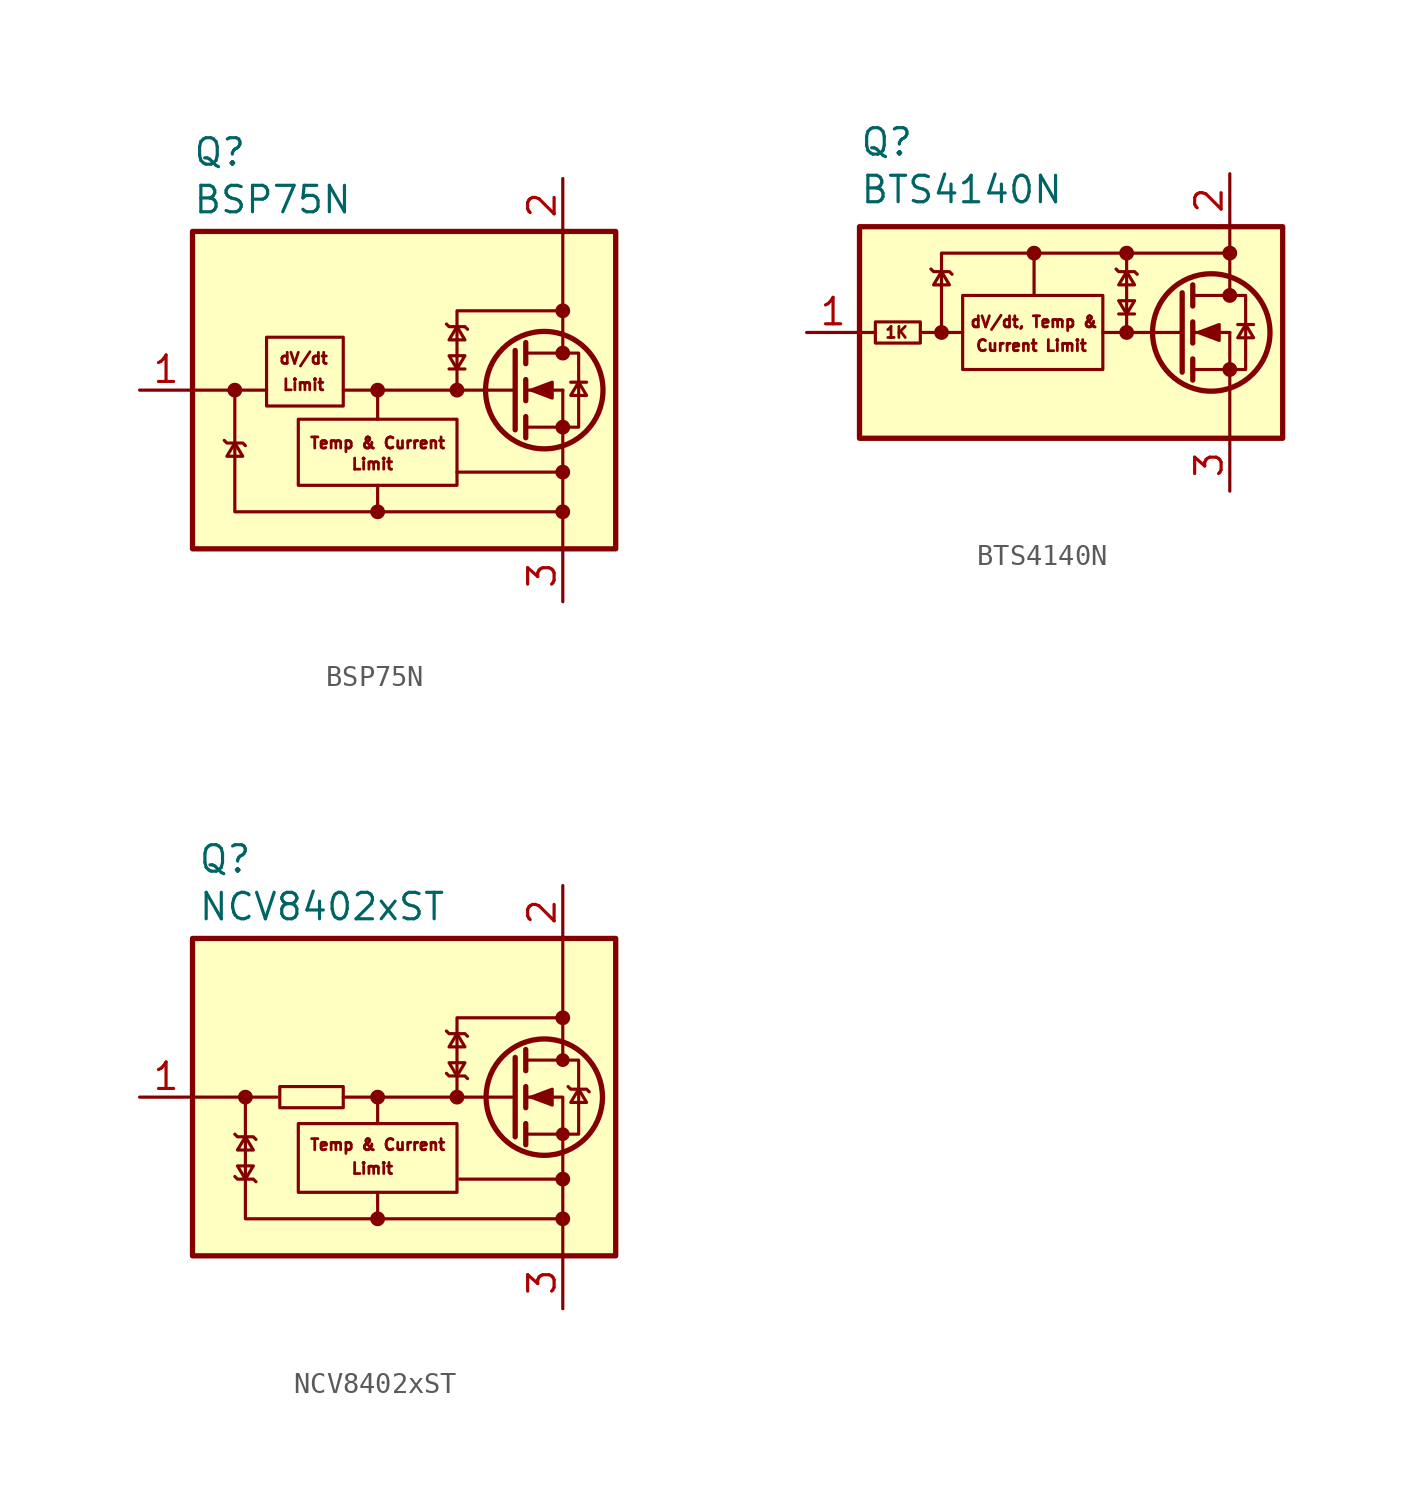
<source format=kicad_sym>
(kicad_symbol_lib
  (version 20241209)
  (generator "kicad_symbol_editor")
  (generator_version "9.0")
  (symbol "BSP75N"
    (pin_names
      (offset 0)
      (hide yes))
    (property "Reference" "Q"
      (at -10.16 11.43 0)
      (effects (font (size 1.27 1.27)) (justify left)))
    (property "Value" "BSP75N"
      (at -10.16 9.144 0)
      (effects (font (size 1.27 1.27)) (justify left)))
    (symbol "BSP75N_0_0"
      (polyline (pts (xy -1.27 -1.397) (xy -1.27 -0.635) (xy -1.27 0)) (stroke (width 0) (type default)) (fill (type none)))
      (polyline (pts (xy -1.27 -5.842) (xy -8.128 -5.842) (xy -8.128 0) (xy -6.604 0)) (stroke (width 0) (type default)) (fill (type none)))
      (polyline (pts (xy 2.54 0) (xy 2.54 3.81) (xy 7.62 3.81)) (stroke (width 0) (type default)) (fill (type none)))
      (polyline (pts (xy 7.62 2.667) (xy 7.62 7.62)) (stroke (width 0) (type default)) (fill (type none)))
      (polyline (pts (xy 7.62 -2.667) (xy 7.62 -7.62)) (stroke (width 0) (type default)) (fill (type none)))
      (polyline (pts (xy 7.62 -5.842) (xy -1.27 -5.842) (xy -1.27 -4.572)) (stroke (width 0) (type default)) (fill (type none)))
      (text "Limit" (at -1.524 -3.556 0) (effects (font (size 0.533 0.533))))
      (text "Temp & Current" (at -1.27 -2.54 0) (effects (font (size 0.533 0.533)))))
    (symbol "BSP75N_0_1"
      (polyline (pts (xy -8.128 0) (xy -10.16 0)) (stroke (width 0) (type default)) (fill (type none)))
      (rectangle (start -5.08 -1.397) (end 2.54 -4.572) (stroke (width 0) (type default)) (fill (type none)))
      (polyline (pts (xy 7.62 -3.937) (xy 2.54 -3.937)) (stroke (width 0) (type default)) (fill (type none))))
    (symbol "BSP75N_1_0"
      (rectangle (start -10.16 7.62) (end 10.16 -7.62) (stroke (width 0.254) (type default)) (fill (type background))))
    (symbol "BSP75N_1_1"
      (polyline (pts (xy -8.636 -2.413) (xy -8.509 -2.54) (xy -7.747 -2.54) (xy -7.62 -2.667)) (stroke (width 0) (type default)) (fill (type none)))
      (circle (center -8.128 0) (radius 0.279) (stroke (width 0) (type default)) (fill (type outline)))
      (polyline (pts (xy -8.128 -2.54) (xy -8.509 -3.175) (xy -7.747 -3.175) (xy -8.128 -2.54)) (stroke (width 0) (type default)) (fill (type none)))
      (rectangle (start -6.604 2.54) (end -2.921 -0.762) (stroke (width 0) (type default)) (fill (type none)))
      (circle (center -1.27 0) (radius 0.279) (stroke (width 0) (type default)) (fill (type outline)))
      (circle (center -1.27 -5.842) (radius 0.279) (stroke (width 0) (type default)) (fill (type outline)))
      (polyline (pts (xy 2.032 3.175) (xy 2.159 3.048) (xy 2.921 3.048) (xy 3.048 2.921)) (stroke (width 0) (type default)) (fill (type none)))
      (polyline (pts (xy 2.54 3.048) (xy 2.159 2.413) (xy 2.921 2.413) (xy 2.54 3.048)) (stroke (width 0) (type default)) (fill (type none)))
      (polyline (pts (xy 2.54 1.016) (xy 2.921 1.651) (xy 2.159 1.651) (xy 2.54 1.016)) (stroke (width 0) (type default)) (fill (type none)))
      (polyline (pts (xy 2.54 0) (xy -2.921 0)) (stroke (width 0) (type default)) (fill (type none)))
      (polyline (pts (xy 2.54 0) (xy 5.334 0)) (stroke (width 0) (type default)) (fill (type none)))
      (circle (center 2.54 0) (radius 0.279) (stroke (width 0) (type default)) (fill (type outline)))
      (polyline (pts (xy 2.921 1.016) (xy 2.159 1.016)) (stroke (width 0) (type default)) (fill (type none)))
      (polyline (pts (xy 5.334 1.905) (xy 5.334 -1.905)) (stroke (width 0.254) (type default)) (fill (type none)))
      (polyline (pts (xy 5.842 2.286) (xy 5.842 1.27)) (stroke (width 0.254) (type default)) (fill (type none)))
      (polyline (pts (xy 5.842 1.778) (xy 7.62 1.778)) (stroke (width 0) (type default)) (fill (type none)))
      (polyline (pts (xy 5.842 0.508) (xy 5.842 -0.508)) (stroke (width 0.254) (type default)) (fill (type none)))
      (polyline (pts (xy 5.842 0) (xy 7.62 0)) (stroke (width 0) (type default)) (fill (type none)))
      (polyline (pts (xy 5.842 -1.27) (xy 5.842 -2.286)) (stroke (width 0.254) (type default)) (fill (type none)))
      (polyline (pts (xy 5.842 -1.778) (xy 7.62 -1.778)) (stroke (width 0) (type default)) (fill (type none)))
      (polyline (pts (xy 6.096 0) (xy 7.112 0.381) (xy 7.112 -0.381) (xy 6.096 0)) (stroke (width 0) (type default)) (fill (type outline)))
      (circle (center 6.731 0) (radius 2.819) (stroke (width 0.254) (type default)) (fill (type none)))
      (circle (center 7.62 3.81) (radius 0.279) (stroke (width 0) (type default)) (fill (type outline)))
      (polyline (pts (xy 7.62 2.54) (xy 7.62 1.778)) (stroke (width 0) (type default)) (fill (type none)))
      (circle (center 7.62 1.778) (radius 0.279) (stroke (width 0) (type default)) (fill (type outline)))
      (polyline (pts (xy 7.62 -1.778) (xy 7.62 0)) (stroke (width 0) (type default)) (fill (type none)))
      (polyline (pts (xy 7.62 -1.778) (xy 7.62 -2.54)) (stroke (width 0) (type default)) (fill (type none)))
      (polyline (pts (xy 7.62 -1.778) (xy 8.382 -1.778) (xy 8.382 1.778) (xy 7.62 1.778)) (stroke (width 0) (type default)) (fill (type none)))
      (circle (center 7.62 -1.778) (radius 0.279) (stroke (width 0) (type default)) (fill (type outline)))
      (circle (center 7.62 -3.937) (radius 0.279) (stroke (width 0) (type default)) (fill (type outline)))
      (circle (center 7.62 -5.842) (radius 0.279) (stroke (width 0) (type default)) (fill (type outline)))
      (polyline (pts (xy 8.001 0.381) (xy 8.763 0.381)) (stroke (width 0) (type default)) (fill (type none)))
      (polyline (pts (xy 8.382 0.381) (xy 8.001 -0.254) (xy 8.763 -0.254) (xy 8.382 0.381)) (stroke (width 0) (type default)) (fill (type none)))
      (text "dV/dt" (at -4.826 1.524 0) (effects (font (size 0.533 0.533))))
      (text "Limit" (at -4.826 0.254 0) (effects (font (size 0.533 0.533))))
      (pin input line (at -12.7 0 0) (length 2.54) (name "IN" (effects (font (size 1.27 1.27)))) (number "1" (effects (font (size 1.27 1.27)))))
      (pin passive line (at 7.62 10.16 270) (length 2.54) (name "DRAIN" (effects (font (size 1.27 1.27)))) (number "2" (effects (font (size 1.27 1.27)))))
      (pin passive line (at 7.62 -10.16 90) (length 2.54) (name "SOURCE" (effects (font (size 1.27 1.27)))) (number "3" (effects (font (size 1.27 1.27)))))
      (pin passive line (at 7.62 -10.16 90) (length 2.54) (hide yes) (name "SOURCE" (effects (font (size 1.27 1.27)))) (number "4" (effects (font (size 1.27 1.27)))))))
  (symbol "BTS4140N"
    (pin_names
      (offset 0)
      (hide yes))
    (property "Reference" "Q"
      (at -10.16 9.144 0)
      (effects (font (size 1.27 1.27)) (justify left)))
    (property "Value" "BTS4140N"
      (at -10.16 6.858 0)
      (effects (font (size 1.27 1.27)) (justify left)))
    (symbol "BTS4140N_0_0"
      (polyline (pts (xy 2.667 0) (xy 2.667 3.81) (xy 7.62 3.81)) (stroke (width 0) (type default)) (fill (type none)))
      (polyline (pts (xy 7.62 2.667) (xy 7.62 5.08)) (stroke (width 0) (type default)) (fill (type none)))
      (polyline (pts (xy 7.62 -2.667) (xy 7.62 -5.08)) (stroke (width 0) (type default)) (fill (type none))))
    (symbol "BTS4140N_0_1"
      (rectangle (start -9.398 0.508) (end -7.239 -0.508) (stroke (width 0) (type default)) (fill (type none)))
      (polyline (pts (xy -9.398 0) (xy -10.16 0)) (stroke (width 0) (type default)) (fill (type none)))
      (polyline (pts (xy -7.239 0) (xy -5.207 0)) (stroke (width 0) (type default)) (fill (type none)))
      (polyline (pts (xy -6.223 0) (xy -6.223 3.81) (xy 2.667 3.81)) (stroke (width 0) (type default)) (fill (type none)))
      (polyline (pts (xy -1.778 3.81) (xy -1.778 1.778)) (stroke (width 0) (type default)) (fill (type none))))
    (symbol "BTS4140N_1_0"
      (rectangle (start -10.16 5.08) (end 10.16 -5.08) (stroke (width 0.254) (type default)) (fill (type background))))
    (symbol "BTS4140N_1_1"
      (polyline (pts (xy -6.731 3.048) (xy -6.604 2.921) (xy -5.842 2.921) (xy -5.715 2.794)) (stroke (width 0) (type default)) (fill (type none)))
      (polyline (pts (xy -6.223 2.921) (xy -6.604 2.286) (xy -5.842 2.286) (xy -6.223 2.921)) (stroke (width 0) (type default)) (fill (type none)))
      (circle (center -6.223 0) (radius 0.279) (stroke (width 0) (type default)) (fill (type outline)))
      (rectangle (start -5.207 1.778) (end 1.524 -1.778) (stroke (width 0) (type default)) (fill (type none)))
      (circle (center -1.778 3.81) (radius 0.279) (stroke (width 0) (type default)) (fill (type outline)))
      (polyline (pts (xy 2.159 3.048) (xy 2.286 2.921) (xy 3.048 2.921) (xy 3.175 2.794)) (stroke (width 0) (type default)) (fill (type none)))
      (circle (center 2.667 3.81) (radius 0.279) (stroke (width 0) (type default)) (fill (type outline)))
      (polyline (pts (xy 2.667 2.921) (xy 2.286 2.286) (xy 3.048 2.286) (xy 2.667 2.921)) (stroke (width 0) (type default)) (fill (type none)))
      (polyline (pts (xy 2.667 0.889) (xy 3.048 1.524) (xy 2.286 1.524) (xy 2.667 0.889)) (stroke (width 0) (type default)) (fill (type none)))
      (polyline (pts (xy 2.667 0) (xy 1.524 0)) (stroke (width 0) (type default)) (fill (type none)))
      (polyline (pts (xy 2.667 0) (xy 5.334 0)) (stroke (width 0) (type default)) (fill (type none)))
      (circle (center 2.667 0) (radius 0.279) (stroke (width 0) (type default)) (fill (type outline)))
      (polyline (pts (xy 3.048 0.889) (xy 2.286 0.889)) (stroke (width 0) (type default)) (fill (type none)))
      (polyline (pts (xy 5.334 1.905) (xy 5.334 -1.905)) (stroke (width 0.254) (type default)) (fill (type none)))
      (polyline (pts (xy 5.842 2.286) (xy 5.842 1.27)) (stroke (width 0.254) (type default)) (fill (type none)))
      (polyline (pts (xy 5.842 1.778) (xy 7.62 1.778)) (stroke (width 0) (type default)) (fill (type none)))
      (polyline (pts (xy 5.842 0.508) (xy 5.842 -0.508)) (stroke (width 0.254) (type default)) (fill (type none)))
      (polyline (pts (xy 5.842 0) (xy 7.62 0)) (stroke (width 0) (type default)) (fill (type none)))
      (polyline (pts (xy 5.842 -1.27) (xy 5.842 -2.286)) (stroke (width 0.254) (type default)) (fill (type none)))
      (polyline (pts (xy 5.842 -1.778) (xy 7.62 -1.778)) (stroke (width 0) (type default)) (fill (type none)))
      (polyline (pts (xy 6.096 0) (xy 7.112 0.381) (xy 7.112 -0.381) (xy 6.096 0)) (stroke (width 0) (type default)) (fill (type outline)))
      (circle (center 6.731 0) (radius 2.819) (stroke (width 0.254) (type default)) (fill (type none)))
      (circle (center 7.62 3.81) (radius 0.279) (stroke (width 0) (type default)) (fill (type outline)))
      (polyline (pts (xy 7.62 2.667) (xy 7.62 1.778)) (stroke (width 0) (type default)) (fill (type none)))
      (circle (center 7.62 1.778) (radius 0.279) (stroke (width 0) (type default)) (fill (type outline)))
      (polyline (pts (xy 7.62 -1.778) (xy 7.62 0)) (stroke (width 0) (type default)) (fill (type none)))
      (polyline (pts (xy 7.62 -1.778) (xy 7.62 -2.667)) (stroke (width 0) (type default)) (fill (type none)))
      (polyline (pts (xy 7.62 -1.778) (xy 8.382 -1.778) (xy 8.382 1.778) (xy 7.62 1.778)) (stroke (width 0) (type default)) (fill (type none)))
      (circle (center 7.62 -1.778) (radius 0.279) (stroke (width 0) (type default)) (fill (type outline)))
      (polyline (pts (xy 8.382 0.381) (xy 8.001 -0.254) (xy 8.763 -0.254) (xy 8.382 0.381)) (stroke (width 0) (type default)) (fill (type none)))
      (polyline (pts (xy 8.763 0.381) (xy 8.001 0.381)) (stroke (width 0) (type default)) (fill (type none)))
      (text "1K" (at -8.382 0 0) (effects (font (size 0.533 0.533))))
      (text "Current Limit" (at -1.905 -0.635 0) (effects (font (size 0.533 0.533))))
      (text "dV/dt, Temp &" (at -1.778 0.508 0) (effects (font (size 0.533 0.533))))
      (pin input line (at -12.7 0 0) (length 2.54) (name "IN" (effects (font (size 1.27 1.27)))) (number "1" (effects (font (size 1.27 1.27)))))
      (pin passive line (at 7.62 7.62 270) (length 2.54) (name "V_{bb}" (effects (font (size 1.27 1.27)))) (number "2" (effects (font (size 1.27 1.27)))))
      (pin passive line (at 7.62 7.62 270) (length 2.54) (hide yes) (name "V_{bb}" (effects (font (size 1.27 1.27)))) (number "4" (effects (font (size 1.27 1.27)))))
      (pin passive line (at 7.62 -7.62 90) (length 2.54) (name "OUT" (effects (font (size 1.27 1.27)))) (number "3" (effects (font (size 1.27 1.27)))))))
  (symbol "NCV8402xST"
    (pin_names
      (offset 0)
      (hide yes))
    (property "Reference" "Q"
      (at -9.906 11.43 0)
      (effects (font (size 1.27 1.27)) (justify left)))
    (property "Value" "NCV8402xST"
      (at -9.906 9.144 0)
      (effects (font (size 1.27 1.27)) (justify left)))
    (symbol "NCV8402xST_0_0"
      (rectangle (start -10.16 7.62) (end 10.16 -7.62) (stroke (width 0.254) (type default)) (fill (type background)))
      (rectangle (start -5.969 0.508) (end -2.921 -0.508) (stroke (width 0) (type default)) (fill (type none)))
      (polyline (pts (xy -1.397 -5.842) (xy -7.62 -5.842) (xy -7.62 0) (xy -6.096 0)) (stroke (width 0) (type default)) (fill (type none)))
      (polyline (pts (xy -1.27 -1.27) (xy -1.27 -0.635) (xy -1.27 0)) (stroke (width 0) (type default)) (fill (type none)))
      (polyline (pts (xy 2.54 0) (xy -2.921 0) (xy -0.889 0)) (stroke (width 0) (type default)) (fill (type none)))
      (polyline (pts (xy 2.54 0) (xy 2.54 3.81) (xy 7.62 3.81)) (stroke (width 0) (type default)) (fill (type none)))
      (polyline (pts (xy 7.62 2.667) (xy 7.62 7.62)) (stroke (width 0) (type default)) (fill (type none)))
      (polyline (pts (xy 7.62 -2.667) (xy 7.62 -7.62)) (stroke (width 0) (type default)) (fill (type none)))
      (polyline (pts (xy 7.62 -5.842) (xy -1.27 -5.842) (xy -1.27 -4.572)) (stroke (width 0) (type default)) (fill (type none)))
      (text "Limit" (at -1.524 -3.429 0) (effects (font (size 0.533 0.533))))
      (text "Temp & Current" (at -1.27 -2.286 0) (effects (font (size 0.533 0.533)))))
    (symbol "NCV8402xST_0_1"
      (polyline (pts (xy -7.62 0) (xy -10.16 0)) (stroke (width 0) (type default)) (fill (type none)))
      (rectangle (start -5.08 -1.27) (end 2.54 -4.572) (stroke (width 0) (type default)) (fill (type none)))
      (polyline (pts (xy 5.334 1.905) (xy 5.334 -1.905)) (stroke (width 0.254) (type default)) (fill (type none)))
      (polyline (pts (xy 5.334 0) (xy 2.54 0)) (stroke (width 0) (type default)) (fill (type none)))
      (polyline (pts (xy 5.842 2.286) (xy 5.842 1.27)) (stroke (width 0.254) (type default)) (fill (type none)))
      (polyline (pts (xy 5.842 0.508) (xy 5.842 -0.508)) (stroke (width 0.254) (type default)) (fill (type none)))
      (polyline (pts (xy 5.842 -1.27) (xy 5.842 -2.286)) (stroke (width 0.254) (type default)) (fill (type none)))
      (polyline (pts (xy 5.842 -1.778) (xy 8.382 -1.778) (xy 8.382 1.778) (xy 5.842 1.778)) (stroke (width 0) (type default)) (fill (type none)))
      (polyline (pts (xy 6.096 0) (xy 7.112 0.381) (xy 7.112 -0.381) (xy 6.096 0)) (stroke (width 0) (type default)) (fill (type outline)))
      (circle (center 6.731 0) (radius 2.794) (stroke (width 0.254) (type default)) (fill (type none)))
      (polyline (pts (xy 7.62 2.54) (xy 7.62 1.778)) (stroke (width 0) (type default)) (fill (type none)))
      (circle (center 7.62 1.778) (radius 0.254) (stroke (width 0) (type default)) (fill (type outline)))
      (circle (center 7.62 -1.778) (radius 0.254) (stroke (width 0) (type default)) (fill (type outline)))
      (polyline (pts (xy 7.62 -2.54) (xy 7.62 0) (xy 5.842 0)) (stroke (width 0) (type default)) (fill (type none)))
      (polyline (pts (xy 7.62 -3.937) (xy 2.667 -3.937)) (stroke (width 0) (type default)) (fill (type none)))
      (polyline (pts (xy 7.874 0.508) (xy 8.001 0.381) (xy 8.763 0.381) (xy 8.89 0.254)) (stroke (width 0) (type default)) (fill (type none)))
      (polyline (pts (xy 8.382 0.381) (xy 8.001 -0.254) (xy 8.763 -0.254) (xy 8.382 0.381)) (stroke (width 0) (type default)) (fill (type none))))
    (symbol "NCV8402xST_1_1"
      (polyline (pts (xy -8.128 -1.778) (xy -8.001 -1.905) (xy -7.239 -1.905) (xy -7.112 -2.032)) (stroke (width 0) (type default)) (fill (type none)))
      (circle (center -7.62 0) (radius 0.279) (stroke (width 0) (type default)) (fill (type outline)))
      (polyline (pts (xy -7.62 -1.905) (xy -8.001 -2.54) (xy -7.239 -2.54) (xy -7.62 -1.905)) (stroke (width 0) (type default)) (fill (type none)))
      (polyline (pts (xy -7.62 -3.937) (xy -7.239 -3.302) (xy -8.001 -3.302) (xy -7.62 -3.937)) (stroke (width 0) (type default)) (fill (type none)))
      (polyline (pts (xy -7.112 -4.064) (xy -7.239 -3.937) (xy -8.001 -3.937) (xy -8.128 -3.81)) (stroke (width 0) (type default)) (fill (type none)))
      (circle (center -1.27 0) (radius 0.279) (stroke (width 0) (type default)) (fill (type outline)))
      (circle (center -1.27 -5.842) (radius 0.279) (stroke (width 0) (type default)) (fill (type outline)))
      (polyline (pts (xy 2.032 3.175) (xy 2.159 3.048) (xy 2.921 3.048) (xy 3.048 2.921)) (stroke (width 0) (type default)) (fill (type none)))
      (polyline (pts (xy 2.54 3.048) (xy 2.159 2.413) (xy 2.921 2.413) (xy 2.54 3.048)) (stroke (width 0) (type default)) (fill (type none)))
      (polyline (pts (xy 2.54 1.016) (xy 2.921 1.651) (xy 2.159 1.651) (xy 2.54 1.016)) (stroke (width 0) (type default)) (fill (type none)))
      (circle (center 2.54 0) (radius 0.279) (stroke (width 0) (type default)) (fill (type outline)))
      (polyline (pts (xy 3.048 0.889) (xy 2.921 1.016) (xy 2.159 1.016) (xy 2.032 1.143)) (stroke (width 0) (type default)) (fill (type none)))
      (circle (center 7.62 3.81) (radius 0.279) (stroke (width 0) (type default)) (fill (type outline)))
      (circle (center 7.62 -3.937) (radius 0.279) (stroke (width 0) (type default)) (fill (type outline)))
      (circle (center 7.62 -5.842) (radius 0.279) (stroke (width 0) (type default)) (fill (type outline)))
      (pin input line (at -12.7 0 0) (length 2.54) (name "G" (effects (font (size 1.27 1.27)))) (number "1" (effects (font (size 1.27 1.27)))))
      (pin passive line (at 7.62 10.16 270) (length 2.54) (name "D" (effects (font (size 1.27 1.27)))) (number "2" (effects (font (size 1.27 1.27)))))
      (pin passive line (at 7.62 10.16 270) (length 2.54) (hide yes) (name "D" (effects (font (size 1.27 1.27)))) (number "4" (effects (font (size 1.27 1.27)))))
      (pin passive line (at 7.62 -10.16 90) (length 2.54) (name "S" (effects (font (size 1.27 1.27)))) (number "3" (effects (font (size 1.27 1.27))))))))
</source>
